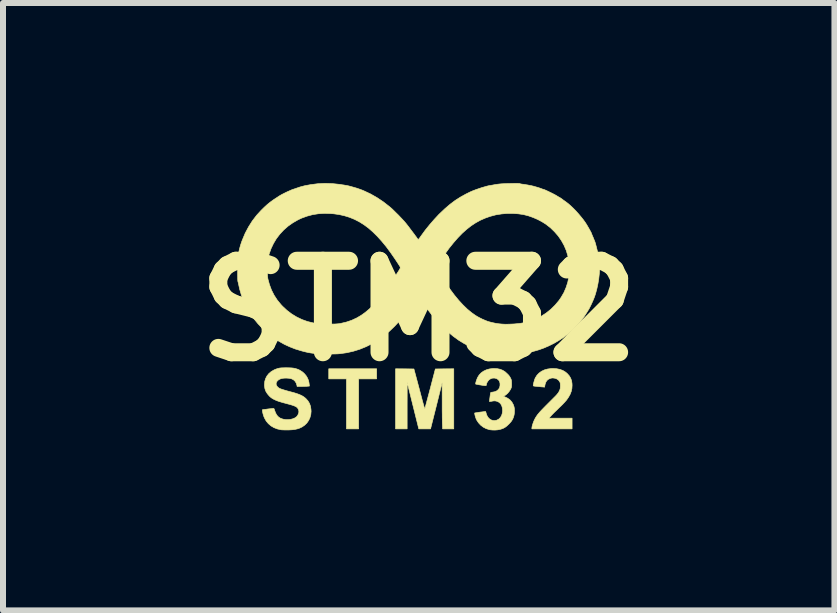
<source format=kicad_pcb>
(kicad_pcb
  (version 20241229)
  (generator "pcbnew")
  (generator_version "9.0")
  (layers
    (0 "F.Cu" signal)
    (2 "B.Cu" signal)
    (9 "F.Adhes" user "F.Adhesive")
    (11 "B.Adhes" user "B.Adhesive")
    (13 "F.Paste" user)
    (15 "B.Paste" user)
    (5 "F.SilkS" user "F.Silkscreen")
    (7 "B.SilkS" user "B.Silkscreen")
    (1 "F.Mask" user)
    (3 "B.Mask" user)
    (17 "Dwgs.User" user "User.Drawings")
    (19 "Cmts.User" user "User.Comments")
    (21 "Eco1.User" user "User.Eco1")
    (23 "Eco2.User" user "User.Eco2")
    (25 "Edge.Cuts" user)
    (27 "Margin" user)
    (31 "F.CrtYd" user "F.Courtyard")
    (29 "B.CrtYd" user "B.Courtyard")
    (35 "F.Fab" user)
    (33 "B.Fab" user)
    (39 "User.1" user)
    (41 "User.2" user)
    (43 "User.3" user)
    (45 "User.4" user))
  (footprint "STM32"
    (layer "F.Cu")
    (at 3.926 2.129)
    (property "Reference" "STM32" (at 0 0 0) (layer "F.SilkS") (effects (font (size 1.524 1.524) (thickness 0.3))))
    (attr through_hole)
    (fp_poly (pts (xy -0.701 1.133) (xy -1.001 1.133) (xy -1.001 1.966) (xy -1.204 1.966) (xy -1.204 1.133) (xy -1.499 1.133) (xy -1.499 0.965) (xy -0.701 0.965) (xy -0.701 1.133)) (stroke (width 0.01) (type solid)) (fill yes) (layer "F.SilkS"))
    (fp_poly (pts (xy 0.584 1.966) (xy 0.398 1.966) (xy 0.395 1.894) (xy 0.394 1.875) (xy 0.393 1.848) (xy 0.393 1.813) (xy 0.392 1.771) (xy 0.392 1.723) (xy 0.391 1.672) (xy 0.391 1.617) (xy 0.391 1.559) (xy 0.391 1.509) (xy 0.39 1.196) (xy 0.294 1.581) (xy 0.197 1.966) (xy 0.001 1.966) (xy -0.192 1.191) (xy -0.193 1.579) (xy -0.193 1.966) (xy -0.386 1.966) (xy -0.386 0.965) (xy -0.233 0.966) (xy -0.08 0.968) (xy 0.01 1.304) (xy 0.025 1.361) (xy 0.039 1.414) (xy 0.052 1.463) (xy 0.064 1.508) (xy 0.075 1.547) (xy 0.084 1.58) (xy 0.092 1.606) (xy 0.097 1.624) (xy 0.101 1.633) (xy 0.101 1.635) (xy 0.103 1.629) (xy 0.107 1.614) (xy 0.113 1.591) (xy 0.121 1.56) (xy 0.131 1.523) (xy 0.142 1.481) (xy 0.155 1.433) (xy 0.169 1.381) (xy 0.183 1.327) (xy 0.191 1.298) (xy 0.277 0.968) (xy 0.431 0.966) (xy 0.584 0.965) (xy 0.584 1.966)) (stroke (width 0.01) (type solid)) (fill yes) (layer "F.SilkS"))
    (fp_poly (pts (xy 2.298 0.964) (xy 2.352 0.975) (xy 2.401 0.993) (xy 2.444 1.019) (xy 2.474 1.044) (xy 2.507 1.081) (xy 2.531 1.121) (xy 2.547 1.164) (xy 2.554 1.212) (xy 2.555 1.242) (xy 2.552 1.293) (xy 2.541 1.342) (xy 2.522 1.391) (xy 2.495 1.439) (xy 2.46 1.489) (xy 2.415 1.539) (xy 2.379 1.576) (xy 2.339 1.614) (xy 2.303 1.65) (xy 2.269 1.682) (xy 2.24 1.711) (xy 2.216 1.736) (xy 2.198 1.756) (xy 2.185 1.769) (xy 2.18 1.777) (xy 2.174 1.788) (xy 2.555 1.788) (xy 2.555 1.966) (xy 1.885 1.966) (xy 1.885 1.954) (xy 1.887 1.936) (xy 1.892 1.912) (xy 1.901 1.883) (xy 1.911 1.854) (xy 1.923 1.825) (xy 1.927 1.817) (xy 1.938 1.795) (xy 1.95 1.774) (xy 1.963 1.754) (xy 1.978 1.732) (xy 1.997 1.709) (xy 2.019 1.683) (xy 2.046 1.654) (xy 2.078 1.621) (xy 2.115 1.583) (xy 2.159 1.539) (xy 2.166 1.532) (xy 2.204 1.494) (xy 2.235 1.463) (xy 2.26 1.438) (xy 2.281 1.417) (xy 2.297 1.4) (xy 2.309 1.386) (xy 2.318 1.374) (xy 2.326 1.364) (xy 2.332 1.355) (xy 2.337 1.345) (xy 2.34 1.339) (xy 2.349 1.319) (xy 2.355 1.304) (xy 2.358 1.29) (xy 2.359 1.273) (xy 2.36 1.25) (xy 2.359 1.225) (xy 2.358 1.208) (xy 2.355 1.194) (xy 2.349 1.182) (xy 2.348 1.18) (xy 2.33 1.155) (xy 2.304 1.136) (xy 2.275 1.124) (xy 2.27 1.123) (xy 2.245 1.119) (xy 2.224 1.118) (xy 2.203 1.122) (xy 2.19 1.126) (xy 2.159 1.14) (xy 2.134 1.162) (xy 2.116 1.192) (xy 2.104 1.23) (xy 2.101 1.247) (xy 2.097 1.271) (xy 2.071 1.268) (xy 2.056 1.267) (xy 2.033 1.265) (xy 2.007 1.262) (xy 1.979 1.26) (xy 1.979 1.259) (xy 1.954 1.257) (xy 1.933 1.255) (xy 1.917 1.252) (xy 1.909 1.25) (xy 1.909 1.25) (xy 1.908 1.243) (xy 1.909 1.229) (xy 1.913 1.209) (xy 1.919 1.186) (xy 1.926 1.162) (xy 1.933 1.139) (xy 1.941 1.12) (xy 1.943 1.115) (xy 1.97 1.073) (xy 2.004 1.037) (xy 2.045 1.007) (xy 2.093 0.984) (xy 2.146 0.969) (xy 2.206 0.961) (xy 2.237 0.96) (xy 2.298 0.964)) (stroke (width 0.01) (type solid)) (fill yes) (layer "F.SilkS"))
    (fp_poly (pts (xy -2.197 0.948) (xy -2.151 0.949) (xy -2.113 0.951) (xy -2.081 0.955) (xy -2.053 0.961) (xy -2.025 0.97) (xy -1.997 0.981) (xy -1.982 0.989) (xy -1.944 1.012) (xy -1.908 1.043) (xy -1.877 1.079) (xy -1.858 1.11) (xy -1.844 1.14) (xy -1.834 1.168) (xy -1.828 1.198) (xy -1.825 1.221) (xy -1.821 1.253) (xy -1.869 1.257) (xy -1.897 1.258) (xy -1.929 1.259) (xy -1.961 1.26) (xy -1.972 1.26) (xy -2.026 1.26) (xy -2.029 1.241) (xy -2.041 1.204) (xy -2.06 1.173) (xy -2.087 1.148) (xy -2.117 1.133) (xy -2.142 1.126) (xy -2.173 1.122) (xy -2.208 1.12) (xy -2.242 1.121) (xy -2.274 1.125) (xy -2.292 1.129) (xy -2.324 1.142) (xy -2.349 1.16) (xy -2.366 1.181) (xy -2.375 1.204) (xy -2.375 1.227) (xy -2.367 1.246) (xy -2.353 1.266) (xy -2.333 1.283) (xy -2.322 1.29) (xy -2.304 1.298) (xy -2.279 1.307) (xy -2.247 1.317) (xy -2.21 1.328) (xy -2.171 1.339) (xy -2.145 1.346) (xy -2.087 1.361) (xy -2.038 1.376) (xy -1.996 1.391) (xy -1.961 1.406) (xy -1.931 1.422) (xy -1.905 1.44) (xy -1.882 1.459) (xy -1.88 1.461) (xy -1.846 1.499) (xy -1.82 1.542) (xy -1.803 1.589) (xy -1.795 1.642) (xy -1.793 1.674) (xy -1.798 1.728) (xy -1.812 1.779) (xy -1.834 1.826) (xy -1.864 1.869) (xy -1.901 1.905) (xy -1.945 1.935) (xy -1.95 1.937) (xy -1.985 1.954) (xy -2.022 1.966) (xy -2.062 1.975) (xy -2.107 1.981) (xy -2.16 1.984) (xy -2.174 1.984) (xy -2.206 1.984) (xy -2.236 1.984) (xy -2.263 1.983) (xy -2.284 1.982) (xy -2.294 1.981) (xy -2.356 1.967) (xy -2.413 1.945) (xy -2.462 1.916) (xy -2.505 1.879) (xy -2.541 1.836) (xy -2.569 1.786) (xy -2.581 1.758) (xy -2.588 1.736) (xy -2.595 1.713) (xy -2.6 1.69) (xy -2.604 1.67) (xy -2.605 1.655) (xy -2.604 1.648) (xy -2.604 1.648) (xy -2.599 1.646) (xy -2.585 1.644) (xy -2.565 1.642) (xy -2.541 1.639) (xy -2.515 1.635) (xy -2.488 1.632) (xy -2.463 1.63) (xy -2.441 1.627) (xy -2.425 1.626) (xy -2.418 1.626) (xy -2.411 1.63) (xy -2.405 1.643) (xy -2.401 1.657) (xy -2.384 1.702) (xy -2.362 1.74) (xy -2.334 1.77) (xy -2.3 1.791) (xy -2.299 1.791) (xy -2.261 1.804) (xy -2.22 1.811) (xy -2.178 1.812) (xy -2.136 1.808) (xy -2.097 1.798) (xy -2.062 1.783) (xy -2.034 1.763) (xy -2.029 1.757) (xy -2.015 1.738) (xy -2.004 1.713) (xy -1.997 1.689) (xy -1.997 1.679) (xy -1.999 1.661) (xy -2.005 1.642) (xy -2.008 1.636) (xy -2.016 1.622) (xy -2.026 1.611) (xy -2.039 1.6) (xy -2.056 1.591) (xy -2.079 1.581) (xy -2.108 1.571) (xy -2.145 1.56) (xy -2.19 1.548) (xy -2.197 1.546) (xy -2.254 1.531) (xy -2.302 1.517) (xy -2.343 1.504) (xy -2.377 1.491) (xy -2.405 1.478) (xy -2.43 1.465) (xy -2.452 1.451) (xy -2.472 1.435) (xy -2.49 1.418) (xy -2.523 1.379) (xy -2.548 1.338) (xy -2.563 1.295) (xy -2.57 1.247) (xy -2.57 1.225) (xy -2.565 1.175) (xy -2.551 1.128) (xy -2.528 1.084) (xy -2.497 1.045) (xy -2.458 1.012) (xy -2.412 0.985) (xy -2.388 0.974) (xy -2.363 0.965) (xy -2.34 0.958) (xy -2.317 0.953) (xy -2.292 0.95) (xy -2.261 0.949) (xy -2.225 0.948) (xy -2.197 0.948)) (stroke (width 0.01) (type solid)) (fill yes) (layer "F.SilkS"))
    (fp_poly (pts (xy 1.308 0.963) (xy 1.356 0.973) (xy 1.399 0.99) (xy 1.439 1.015) (xy 1.474 1.047) (xy 1.499 1.072) (xy 1.516 1.096) (xy 1.53 1.12) (xy 1.53 1.121) (xy 1.538 1.137) (xy 1.542 1.15) (xy 1.545 1.163) (xy 1.546 1.179) (xy 1.547 1.201) (xy 1.547 1.214) (xy 1.547 1.24) (xy 1.546 1.258) (xy 1.544 1.272) (xy 1.54 1.285) (xy 1.534 1.298) (xy 1.53 1.307) (xy 1.509 1.34) (xy 1.483 1.372) (xy 1.452 1.399) (xy 1.435 1.41) (xy 1.411 1.424) (xy 1.438 1.434) (xy 1.483 1.456) (xy 1.522 1.485) (xy 1.553 1.521) (xy 1.576 1.563) (xy 1.588 1.598) (xy 1.593 1.624) (xy 1.595 1.655) (xy 1.594 1.69) (xy 1.591 1.722) (xy 1.587 1.742) (xy 1.576 1.779) (xy 1.561 1.812) (xy 1.54 1.844) (xy 1.512 1.876) (xy 1.501 1.887) (xy 1.469 1.917) (xy 1.439 1.94) (xy 1.408 1.957) (xy 1.372 1.97) (xy 1.349 1.976) (xy 1.312 1.983) (xy 1.27 1.986) (xy 1.227 1.985) (xy 1.187 1.981) (xy 1.174 1.978) (xy 1.123 1.962) (xy 1.075 1.937) (xy 1.032 1.904) (xy 0.995 1.864) (xy 0.965 1.818) (xy 0.959 1.805) (xy 0.952 1.787) (xy 0.945 1.766) (xy 0.939 1.745) (xy 0.935 1.726) (xy 0.932 1.71) (xy 0.933 1.702) (xy 0.934 1.701) (xy 0.939 1.7) (xy 0.953 1.698) (xy 0.973 1.695) (xy 0.997 1.691) (xy 1.022 1.687) (xy 1.049 1.684) (xy 1.073 1.681) (xy 1.093 1.678) (xy 1.107 1.677) (xy 1.113 1.676) (xy 1.116 1.681) (xy 1.12 1.692) (xy 1.122 1.702) (xy 1.135 1.74) (xy 1.153 1.772) (xy 1.177 1.798) (xy 1.205 1.816) (xy 1.235 1.826) (xy 1.267 1.828) (xy 1.3 1.821) (xy 1.333 1.804) (xy 1.334 1.803) (xy 1.359 1.779) (xy 1.379 1.748) (xy 1.391 1.711) (xy 1.397 1.668) (xy 1.397 1.659) (xy 1.393 1.615) (xy 1.382 1.578) (xy 1.364 1.547) (xy 1.339 1.524) (xy 1.308 1.508) (xy 1.289 1.503) (xy 1.272 1.5) (xy 1.255 1.5) (xy 1.234 1.502) (xy 1.221 1.505) (xy 1.202 1.508) (xy 1.188 1.51) (xy 1.18 1.511) (xy 1.179 1.511) (xy 1.179 1.505) (xy 1.18 1.492) (xy 1.182 1.473) (xy 1.185 1.451) (xy 1.188 1.428) (xy 1.191 1.405) (xy 1.194 1.385) (xy 1.196 1.371) (xy 1.196 1.368) (xy 1.199 1.362) (xy 1.206 1.358) (xy 1.219 1.355) (xy 1.231 1.354) (xy 1.271 1.346) (xy 1.303 1.331) (xy 1.328 1.309) (xy 1.346 1.282) (xy 1.354 1.249) (xy 1.355 1.214) (xy 1.349 1.184) (xy 1.339 1.163) (xy 1.319 1.142) (xy 1.294 1.127) (xy 1.265 1.12) (xy 1.234 1.12) (xy 1.205 1.128) (xy 1.177 1.144) (xy 1.173 1.147) (xy 1.159 1.163) (xy 1.145 1.182) (xy 1.134 1.203) (xy 1.128 1.221) (xy 1.128 1.227) (xy 1.127 1.235) (xy 1.125 1.241) (xy 1.12 1.245) (xy 1.11 1.246) (xy 1.095 1.245) (xy 1.072 1.242) (xy 1.041 1.237) (xy 1.036 1.236) (xy 1.008 1.232) (xy 0.983 1.227) (xy 0.964 1.223) (xy 0.952 1.221) (xy 0.949 1.219) (xy 0.948 1.213) (xy 0.95 1.199) (xy 0.955 1.18) (xy 0.962 1.158) (xy 0.97 1.136) (xy 0.979 1.115) (xy 0.982 1.108) (xy 1.007 1.068) (xy 1.04 1.033) (xy 1.079 1.005) (xy 1.125 0.983) (xy 1.176 0.968) (xy 1.231 0.961) (xy 1.253 0.96) (xy 1.308 0.963)) (stroke (width 0.01) (type solid)) (fill yes) (layer "F.SilkS"))
    (fp_poly (pts (xy -1.438 -2.12) (xy -1.312 -2.107) (xy -1.272 -2.1) (xy -1.248 -2.097) (xy -1.227 -2.093) (xy -1.212 -2.09) (xy -1.206 -2.09) (xy -1.172 -2.083) (xy -1.13 -2.072) (xy -1.084 -2.059) (xy -1.036 -2.045) (xy -0.989 -2.029) (xy -0.945 -2.013) (xy -0.914 -2) (xy -0.803 -1.948) (xy -0.694 -1.886) (xy -0.588 -1.815) (xy -0.487 -1.736) (xy -0.47 -1.722) (xy -0.443 -1.698) (xy -0.412 -1.668) (xy -0.378 -1.634) (xy -0.342 -1.599) (xy -0.307 -1.562) (xy -0.274 -1.527) (xy -0.245 -1.496) (xy -0.227 -1.475) (xy -0.212 -1.457) (xy -0.193 -1.433) (xy -0.171 -1.405) (xy -0.148 -1.374) (xy -0.123 -1.341) (xy -0.099 -1.309) (xy -0.076 -1.279) (xy -0.056 -1.251) (xy -0.039 -1.229) (xy -0.028 -1.212) (xy -0.025 -1.208) (xy -0.016 -1.196) (xy -0.009 -1.19) (xy -0.008 -1.189) (xy -0.003 -1.193) (xy 0.006 -1.204) (xy 0.019 -1.22) (xy 0.033 -1.24) (xy 0.04 -1.25) (xy 0.107 -1.342) (xy 0.181 -1.434) (xy 0.259 -1.524) (xy 0.338 -1.609) (xy 0.348 -1.618) (xy 0.434 -1.7) (xy 0.519 -1.773) (xy 0.605 -1.838) (xy 0.694 -1.895) (xy 0.786 -1.946) (xy 0.857 -1.981) (xy 0.898 -1.999) (xy 0.945 -2.017) (xy 0.994 -2.034) (xy 1.044 -2.051) (xy 1.092 -2.065) (xy 1.137 -2.078) (xy 1.176 -2.087) (xy 1.199 -2.09) (xy 1.219 -2.094) (xy 1.24 -2.097) (xy 1.247 -2.099) (xy 1.281 -2.105) (xy 1.315 -2.11) (xy 1.349 -2.114) (xy 1.386 -2.117) (xy 1.428 -2.119) (xy 1.477 -2.121) (xy 1.533 -2.122) (xy 1.581 -2.123) (xy 1.62 -2.123) (xy 1.651 -2.123) (xy 1.672 -2.122) (xy 1.684 -2.121) (xy 1.687 -2.12) (xy 1.691 -2.117) (xy 1.703 -2.114) (xy 1.721 -2.112) (xy 1.722 -2.111) (xy 1.743 -2.109) (xy 1.769 -2.105) (xy 1.797 -2.1) (xy 1.812 -2.098) (xy 1.836 -2.093) (xy 1.857 -2.089) (xy 1.873 -2.086) (xy 1.88 -2.085) (xy 1.895 -2.081) (xy 1.917 -2.076) (xy 1.943 -2.068) (xy 1.971 -2.06) (xy 1.998 -2.052) (xy 2.022 -2.044) (xy 2.036 -2.039) (xy 2.056 -2.031) (xy 2.075 -2.025) (xy 2.088 -2.021) (xy 2.102 -2.016) (xy 2.122 -2.007) (xy 2.148 -1.995) (xy 2.177 -1.981) (xy 2.208 -1.966) (xy 2.238 -1.951) (xy 2.265 -1.937) (xy 2.288 -1.924) (xy 2.306 -1.913) (xy 2.306 -1.913) (xy 2.323 -1.903) (xy 2.337 -1.894) (xy 2.345 -1.89) (xy 2.347 -1.89) (xy 2.352 -1.887) (xy 2.364 -1.879) (xy 2.38 -1.868) (xy 2.394 -1.858) (xy 2.413 -1.843) (xy 2.432 -1.83) (xy 2.447 -1.819) (xy 2.453 -1.815) (xy 2.491 -1.786) (xy 2.532 -1.75) (xy 2.576 -1.708) (xy 2.62 -1.663) (xy 2.664 -1.614) (xy 2.705 -1.565) (xy 2.744 -1.516) (xy 2.777 -1.47) (xy 2.804 -1.427) (xy 2.81 -1.416) (xy 2.819 -1.401) (xy 2.831 -1.38) (xy 2.844 -1.357) (xy 2.85 -1.347) (xy 2.86 -1.328) (xy 2.869 -1.312) (xy 2.874 -1.302) (xy 2.875 -1.299) (xy 2.877 -1.293) (xy 2.882 -1.28) (xy 2.89 -1.261) (xy 2.9 -1.237) (xy 2.906 -1.224) (xy 2.917 -1.196) (xy 2.928 -1.17) (xy 2.937 -1.147) (xy 2.942 -1.13) (xy 2.944 -1.126) (xy 2.958 -1.071) (xy 2.97 -1.023) (xy 2.98 -0.982) (xy 2.988 -0.944) (xy 2.994 -0.909) (xy 2.999 -0.874) (xy 3.004 -0.838) (xy 3.007 -0.798) (xy 3.008 -0.79) (xy 3.01 -0.759) (xy 3.012 -0.736) (xy 3.013 -0.717) (xy 3.014 -0.7) (xy 3.013 -0.683) (xy 3.012 -0.663) (xy 3.01 -0.638) (xy 3.008 -0.613) (xy 2.999 -0.531) (xy 2.985 -0.447) (xy 2.967 -0.364) (xy 2.946 -0.286) (xy 2.929 -0.235) (xy 2.918 -0.207) (xy 2.904 -0.173) (xy 2.888 -0.137) (xy 2.871 -0.1) (xy 2.854 -0.066) (xy 2.84 -0.038) (xy 2.834 -0.028) (xy 2.817 0.000201) (xy 2.797 0.032) (xy 2.776 0.065) (xy 2.754 0.098) (xy 2.734 0.127) (xy 2.716 0.151) (xy 2.709 0.159) (xy 2.691 0.181) (xy 2.668 0.207) (xy 2.644 0.235) (xy 2.618 0.263) (xy 2.594 0.289) (xy 2.573 0.311) (xy 2.557 0.327) (xy 2.49 0.384) (xy 2.416 0.44) (xy 2.335 0.493) (xy 2.251 0.542) (xy 2.164 0.585) (xy 2.077 0.622) (xy 1.998 0.65) (xy 1.925 0.671) (xy 1.854 0.688) (xy 1.784 0.701) (xy 1.713 0.711) (xy 1.639 0.717) (xy 1.559 0.72) (xy 1.478 0.721) (xy 1.405 0.72) (xy 1.34 0.717) (xy 1.28 0.712) (xy 1.223 0.704) (xy 1.167 0.694) (xy 1.109 0.681) (xy 1.057 0.667) (xy 0.953 0.634) (xy 0.855 0.594) (xy 0.759 0.546) (xy 0.667 0.49) (xy 0.577 0.425) (xy 0.488 0.351) (xy 0.404 0.272) (xy 0.35 0.217) (xy 0.3 0.163) (xy 0.252 0.107) (xy 0.204 0.049) (xy 0.156 -0.014) (xy 0.107 -0.083) (xy 0.054 -0.159) (xy 0.047 -0.17) (xy 0.03 -0.194) (xy 0.016 -0.214) (xy 0.004 -0.23) (xy -0.004 -0.24) (xy -0.007 -0.243) (xy -0.012 -0.239) (xy -0.021 -0.229) (xy -0.032 -0.214) (xy -0.035 -0.21) (xy -0.06 -0.172) (xy -0.089 -0.13) (xy -0.12 -0.086) (xy -0.152 -0.041) (xy -0.183 0.001) (xy -0.212 0.039) (xy -0.233 0.066) (xy -0.318 0.166) (xy -0.402 0.257) (xy -0.487 0.338) (xy -0.573 0.41) (xy -0.661 0.475) (xy -0.75 0.531) (xy -0.843 0.58) (xy -0.876 0.596) (xy -0.981 0.639) (xy -1.087 0.672) (xy -1.196 0.697) (xy -1.308 0.713) (xy -1.33 0.715) (xy -1.359 0.717) (xy -1.395 0.718) (xy -1.434 0.719) (xy -1.476 0.72) (xy -1.517 0.72) (xy -1.557 0.72) (xy -1.593 0.72) (xy -1.623 0.719) (xy -1.646 0.718) (xy -1.651 0.718) (xy -1.708 0.712) (xy -1.757 0.707) (xy -1.801 0.701) (xy -1.842 0.694) (xy -1.881 0.685) (xy -1.922 0.675) (xy -1.958 0.665) (xy -2.057 0.635) (xy -2.149 0.599) (xy -2.238 0.558) (xy -2.325 0.509) (xy -2.371 0.481) (xy -2.451 0.425) (xy -2.53 0.361) (xy -2.605 0.291) (xy -2.676 0.217) (xy -2.74 0.139) (xy -2.797 0.06) (xy -2.819 0.025) (xy -2.872 -0.07) (xy -2.917 -0.167) (xy -2.955 -0.264) (xy -2.983 -0.36) (xy -2.997 -0.424) (xy -3.002 -0.448) (xy -3.007 -0.469) (xy -3.01 -0.483) (xy -3.013 -0.49) (xy -3.013 -0.49) (xy -3.014 -0.496) (xy -3.015 -0.511) (xy -3.016 -0.533) (xy -3.016 -0.561) (xy -3.017 -0.594) (xy -3.017 -0.631) (xy -3.017 -0.67) (xy -3.017 -0.687) (xy -2.523 -0.687) (xy -2.522 -0.644) (xy -2.52 -0.604) (xy -2.518 -0.569) (xy -2.514 -0.541) (xy -2.513 -0.533) (xy -2.487 -0.438) (xy -2.453 -0.347) (xy -2.41 -0.262) (xy -2.358 -0.182) (xy -2.297 -0.107) (xy -2.269 -0.077) (xy -2.195 -0.008) (xy -2.116 0.052) (xy -2.032 0.103) (xy -1.944 0.145) (xy -1.852 0.178) (xy -1.756 0.201) (xy -1.701 0.211) (xy -1.676 0.214) (xy -1.654 0.216) (xy -1.632 0.218) (xy -1.61 0.219) (xy -1.586 0.22) (xy -1.557 0.221) (xy -1.522 0.221) (xy -1.479 0.221) (xy -1.471 0.22) (xy -1.428 0.22) (xy -1.393 0.219) (xy -1.364 0.217) (xy -1.339 0.215) (xy -1.315 0.212) (xy -1.3 0.209) (xy -1.206 0.187) (xy -1.117 0.157) (xy -1.031 0.117) (xy -0.958 0.074) (xy -0.891 0.026) (xy -0.823 -0.031) (xy -0.755 -0.096) (xy -0.687 -0.169) (xy -0.62 -0.248) (xy -0.574 -0.308) (xy -0.555 -0.334) (xy -0.532 -0.367) (xy -0.506 -0.404) (xy -0.478 -0.445) (xy -0.449 -0.488) (xy -0.421 -0.532) (xy -0.393 -0.574) (xy -0.368 -0.614) (xy -0.345 -0.649) (xy -0.326 -0.679) (xy -0.315 -0.7) (xy -0.311 -0.706) (xy -0.308 -0.711) (xy -0.306 -0.716) (xy -0.306 -0.721) (xy 0.29 -0.721) (xy 0.292 -0.714) (xy 0.3 -0.7) (xy 0.312 -0.679) (xy 0.328 -0.653) (xy 0.347 -0.623) (xy 0.368 -0.589) (xy 0.391 -0.554) (xy 0.415 -0.517) (xy 0.439 -0.48) (xy 0.463 -0.444) (xy 0.486 -0.411) (xy 0.508 -0.38) (xy 0.524 -0.357) (xy 0.596 -0.261) (xy 0.667 -0.175) (xy 0.737 -0.099) (xy 0.807 -0.031) (xy 0.878 0.028) (xy 0.94 0.072) (xy 0.975 0.094) (xy 1.016 0.116) (xy 1.06 0.138) (xy 1.104 0.157) (xy 1.144 0.173) (xy 1.173 0.182) (xy 1.228 0.196) (xy 1.28 0.207) (xy 1.332 0.215) (xy 1.385 0.22) (xy 1.442 0.223) (xy 1.504 0.222) (xy 1.574 0.219) (xy 1.593 0.218) (xy 1.688 0.209) (xy 1.777 0.193) (xy 1.862 0.17) (xy 1.943 0.138) (xy 1.954 0.134) (xy 2.042 0.089) (xy 2.125 0.035) (xy 2.202 -0.027) (xy 2.272 -0.096) (xy 2.336 -0.172) (xy 2.373 -0.226) (xy 2.419 -0.305) (xy 2.455 -0.389) (xy 2.483 -0.476) (xy 2.501 -0.567) (xy 2.509 -0.661) (xy 2.51 -0.699) (xy 2.51 -0.748) (xy 2.507 -0.791) (xy 2.502 -0.832) (xy 2.494 -0.874) (xy 2.484 -0.918) (xy 2.458 -1.006) (xy 2.422 -1.09) (xy 2.377 -1.171) (xy 2.324 -1.248) (xy 2.262 -1.319) (xy 2.194 -1.385) (xy 2.118 -1.444) (xy 2.115 -1.446) (xy 2.051 -1.486) (xy 1.981 -1.523) (xy 1.907 -1.555) (xy 1.831 -1.582) (xy 1.758 -1.601) (xy 1.742 -1.605) (xy 1.657 -1.617) (xy 1.567 -1.623) (xy 1.474 -1.623) (xy 1.382 -1.615) (xy 1.293 -1.601) (xy 1.275 -1.597) (xy 1.189 -1.574) (xy 1.107 -1.545) (xy 1.027 -1.51) (xy 0.949 -1.467) (xy 0.873 -1.417) (xy 0.799 -1.359) (xy 0.725 -1.293) (xy 0.652 -1.218) (xy 0.579 -1.134) (xy 0.505 -1.042) (xy 0.431 -0.939) (xy 0.414 -0.914) (xy 0.389 -0.878) (xy 0.365 -0.843) (xy 0.344 -0.81) (xy 0.325 -0.781) (xy 0.309 -0.757) (xy 0.298 -0.738) (xy 0.291 -0.726) (xy 0.29 -0.721) (xy -0.306 -0.721) (xy -0.306 -0.722) (xy -0.309 -0.73) (xy -0.314 -0.741) (xy -0.323 -0.755) (xy -0.336 -0.775) (xy -0.352 -0.8) (xy -0.374 -0.833) (xy -0.391 -0.859) (xy -0.467 -0.969) (xy -0.541 -1.069) (xy -0.616 -1.16) (xy -0.69 -1.242) (xy -0.764 -1.315) (xy -0.838 -1.38) (xy -0.914 -1.436) (xy -0.991 -1.484) (xy -1.071 -1.525) (xy -1.152 -1.558) (xy -1.236 -1.584) (xy -1.324 -1.604) (xy -1.415 -1.617) (xy -1.467 -1.621) (xy -1.571 -1.624) (xy -1.671 -1.618) (xy -1.767 -1.603) (xy -1.86 -1.578) (xy -1.951 -1.545) (xy -2.009 -1.518) (xy -2.096 -1.468) (xy -2.176 -1.412) (xy -2.249 -1.348) (xy -2.314 -1.278) (xy -2.372 -1.202) (xy -2.421 -1.12) (xy -2.462 -1.033) (xy -2.494 -0.941) (xy -2.513 -0.869) (xy -2.517 -0.844) (xy -2.52 -0.811) (xy -2.522 -0.772) (xy -2.523 -0.73) (xy -2.523 -0.687) (xy -3.017 -0.687) (xy -3.017 -0.71) (xy -3.017 -0.749) (xy -3.017 -0.787) (xy -3.017 -0.822) (xy -3.016 -0.853) (xy -3.016 -0.878) (xy -3.015 -0.897) (xy -3.014 -0.907) (xy -3.013 -0.909) (xy -3.01 -0.914) (xy -3.007 -0.926) (xy -3.005 -0.936) (xy -2.997 -0.983) (xy -2.985 -1.036) (xy -2.969 -1.093) (xy -2.95 -1.151) (xy -2.938 -1.182) (xy -2.891 -1.294) (xy -2.835 -1.399) (xy -2.772 -1.499) (xy -2.7 -1.593) (xy -2.624 -1.676) (xy -2.573 -1.726) (xy -2.525 -1.77) (xy -2.477 -1.809) (xy -2.428 -1.845) (xy -2.403 -1.862) (xy -2.38 -1.877) (xy -2.358 -1.891) (xy -2.339 -1.904) (xy -2.327 -1.912) (xy -2.31 -1.922) (xy -2.286 -1.936) (xy -2.257 -1.951) (xy -2.225 -1.967) (xy -2.192 -1.983) (xy -2.16 -1.997) (xy -2.131 -2.01) (xy -2.108 -2.02) (xy -2.093 -2.025) (xy -2.086 -2.027) (xy -2.071 -2.032) (xy -2.05 -2.039) (xy -2.025 -2.048) (xy -2.012 -2.052) (xy -1.98 -2.063) (xy -1.952 -2.071) (xy -1.925 -2.078) (xy -1.897 -2.085) (xy -1.865 -2.091) (xy -1.827 -2.098) (xy -1.801 -2.103) (xy -1.683 -2.118) (xy -1.562 -2.124) (xy -1.438 -2.12)) (stroke (width 0.01) (type solid)) (fill yes) (layer "F.SilkS")))
  (gr_rect
    (start -3 -3)
    (end 10.852 7.119)
    (stroke (width 0.1) (type default))
    (fill no)
    (layer "Edge.Cuts")))
</source>
